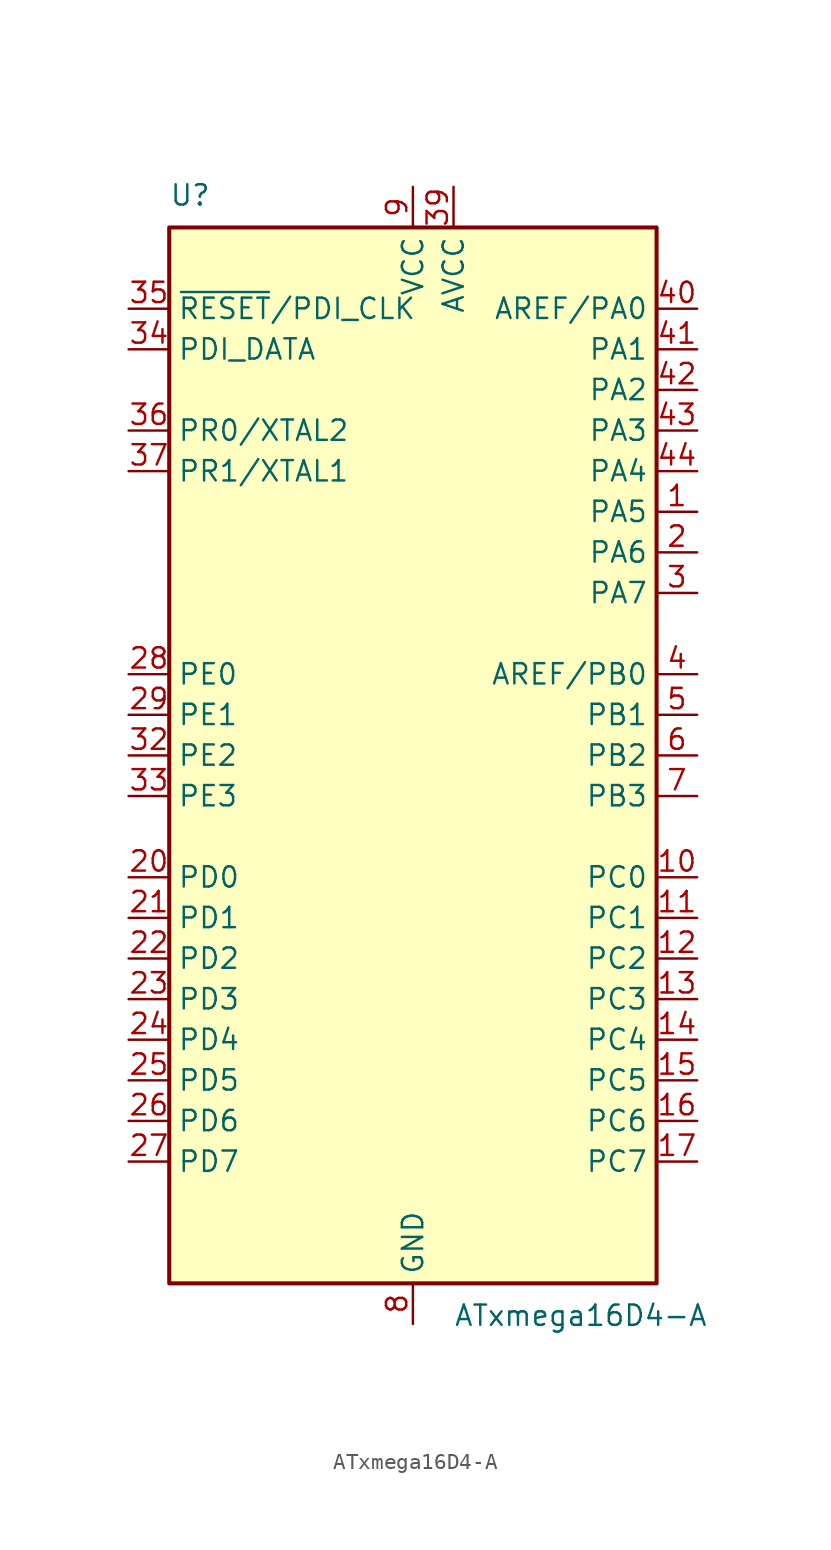
<source format=kicad_sym>
(kicad_symbol_lib
  (version 20241209)
  (generator "kicad_symbol_editor")
  (generator_version "9.0")
  (symbol "ATxmega16D4-A"
    (property "Reference" "U"
      (at -15.24 34.29 0)
      (effects (font (size 1.27 1.27)) (justify left bottom)))
    (property "Value" "ATxmega16D4-A"
      (at 2.54 -34.29 0)
      (effects (font (size 1.27 1.27)) (justify left top)))
    (symbol "ATxmega16D4-A_0_1"
      (rectangle (start -15.24 -33.02) (end 15.24 33.02) (stroke (width 0.254) (type default)) (fill (type background))))
    (symbol "ATxmega16D4-A_1_1"
      (pin input line (at -17.78 27.94 0) (length 2.54) (name "~{RESET}/PDI_CLK" (effects (font (size 1.27 1.27)))) (number "35" (effects (font (size 1.27 1.27)))))
      (pin bidirectional line (at -17.78 25.4 0) (length 2.54) (name "PDI_DATA" (effects (font (size 1.27 1.27)))) (number "34" (effects (font (size 1.27 1.27)))))
      (pin bidirectional line (at -17.78 20.32 0) (length 2.54) (name "PR0/XTAL2" (effects (font (size 1.27 1.27)))) (number "36" (effects (font (size 1.27 1.27)))))
      (pin bidirectional line (at -17.78 17.78 0) (length 2.54) (name "PR1/XTAL1" (effects (font (size 1.27 1.27)))) (number "37" (effects (font (size 1.27 1.27)))))
      (pin bidirectional line (at -17.78 5.08 0) (length 2.54) (name "PE0" (effects (font (size 1.27 1.27)))) (number "28" (effects (font (size 1.27 1.27)))))
      (pin bidirectional line (at -17.78 2.54 0) (length 2.54) (name "PE1" (effects (font (size 1.27 1.27)))) (number "29" (effects (font (size 1.27 1.27)))))
      (pin bidirectional line (at -17.78 0 0) (length 2.54) (name "PE2" (effects (font (size 1.27 1.27)))) (number "32" (effects (font (size 1.27 1.27)))))
      (pin bidirectional line (at -17.78 -2.54 0) (length 2.54) (name "PE3" (effects (font (size 1.27 1.27)))) (number "33" (effects (font (size 1.27 1.27)))))
      (pin bidirectional line (at -17.78 -7.62 0) (length 2.54) (name "PD0" (effects (font (size 1.27 1.27)))) (number "20" (effects (font (size 1.27 1.27)))))
      (pin bidirectional line (at -17.78 -10.16 0) (length 2.54) (name "PD1" (effects (font (size 1.27 1.27)))) (number "21" (effects (font (size 1.27 1.27)))))
      (pin bidirectional line (at -17.78 -12.7 0) (length 2.54) (name "PD2" (effects (font (size 1.27 1.27)))) (number "22" (effects (font (size 1.27 1.27)))))
      (pin bidirectional line (at -17.78 -15.24 0) (length 2.54) (name "PD3" (effects (font (size 1.27 1.27)))) (number "23" (effects (font (size 1.27 1.27)))))
      (pin bidirectional line (at -17.78 -17.78 0) (length 2.54) (name "PD4" (effects (font (size 1.27 1.27)))) (number "24" (effects (font (size 1.27 1.27)))))
      (pin bidirectional line (at -17.78 -20.32 0) (length 2.54) (name "PD5" (effects (font (size 1.27 1.27)))) (number "25" (effects (font (size 1.27 1.27)))))
      (pin bidirectional line (at -17.78 -22.86 0) (length 2.54) (name "PD6" (effects (font (size 1.27 1.27)))) (number "26" (effects (font (size 1.27 1.27)))))
      (pin bidirectional line (at -17.78 -25.4 0) (length 2.54) (name "PD7" (effects (font (size 1.27 1.27)))) (number "27" (effects (font (size 1.27 1.27)))))
      (pin passive line (at 0 35.56 270) (length 2.54) (hide yes) (name "VCC" (effects (font (size 1.27 1.27)))) (number "19" (effects (font (size 1.27 1.27)))))
      (pin passive line (at 0 35.56 270) (length 2.54) (hide yes) (name "VCC" (effects (font (size 1.27 1.27)))) (number "31" (effects (font (size 1.27 1.27)))))
      (pin power_in line (at 0 35.56 270) (length 2.54) (name "VCC" (effects (font (size 1.27 1.27)))) (number "9" (effects (font (size 1.27 1.27)))))
      (pin passive line (at 0 -35.56 90) (length 2.54) (hide yes) (name "GND" (effects (font (size 1.27 1.27)))) (number "18" (effects (font (size 1.27 1.27)))))
      (pin passive line (at 0 -35.56 90) (length 2.54) (hide yes) (name "GND" (effects (font (size 1.27 1.27)))) (number "30" (effects (font (size 1.27 1.27)))))
      (pin passive line (at 0 -35.56 90) (length 2.54) (hide yes) (name "GND" (effects (font (size 1.27 1.27)))) (number "38" (effects (font (size 1.27 1.27)))))
      (pin power_in line (at 0 -35.56 90) (length 2.54) (name "GND" (effects (font (size 1.27 1.27)))) (number "8" (effects (font (size 1.27 1.27)))))
      (pin power_in line (at 2.54 35.56 270) (length 2.54) (name "AVCC" (effects (font (size 1.27 1.27)))) (number "39" (effects (font (size 1.27 1.27)))))
      (pin bidirectional line (at 17.78 27.94 180) (length 2.54) (name "AREF/PA0" (effects (font (size 1.27 1.27)))) (number "40" (effects (font (size 1.27 1.27)))))
      (pin bidirectional line (at 17.78 25.4 180) (length 2.54) (name "PA1" (effects (font (size 1.27 1.27)))) (number "41" (effects (font (size 1.27 1.27)))))
      (pin bidirectional line (at 17.78 22.86 180) (length 2.54) (name "PA2" (effects (font (size 1.27 1.27)))) (number "42" (effects (font (size 1.27 1.27)))))
      (pin bidirectional line (at 17.78 20.32 180) (length 2.54) (name "PA3" (effects (font (size 1.27 1.27)))) (number "43" (effects (font (size 1.27 1.27)))))
      (pin bidirectional line (at 17.78 17.78 180) (length 2.54) (name "PA4" (effects (font (size 1.27 1.27)))) (number "44" (effects (font (size 1.27 1.27)))))
      (pin bidirectional line (at 17.78 15.24 180) (length 2.54) (name "PA5" (effects (font (size 1.27 1.27)))) (number "1" (effects (font (size 1.27 1.27)))))
      (pin bidirectional line (at 17.78 12.7 180) (length 2.54) (name "PA6" (effects (font (size 1.27 1.27)))) (number "2" (effects (font (size 1.27 1.27)))))
      (pin bidirectional line (at 17.78 10.16 180) (length 2.54) (name "PA7" (effects (font (size 1.27 1.27)))) (number "3" (effects (font (size 1.27 1.27)))))
      (pin bidirectional line (at 17.78 5.08 180) (length 2.54) (name "AREF/PB0" (effects (font (size 1.27 1.27)))) (number "4" (effects (font (size 1.27 1.27)))))
      (pin bidirectional line (at 17.78 2.54 180) (length 2.54) (name "PB1" (effects (font (size 1.27 1.27)))) (number "5" (effects (font (size 1.27 1.27)))))
      (pin bidirectional line (at 17.78 0 180) (length 2.54) (name "PB2" (effects (font (size 1.27 1.27)))) (number "6" (effects (font (size 1.27 1.27)))))
      (pin bidirectional line (at 17.78 -2.54 180) (length 2.54) (name "PB3" (effects (font (size 1.27 1.27)))) (number "7" (effects (font (size 1.27 1.27)))))
      (pin bidirectional line (at 17.78 -7.62 180) (length 2.54) (name "PC0" (effects (font (size 1.27 1.27)))) (number "10" (effects (font (size 1.27 1.27)))))
      (pin bidirectional line (at 17.78 -10.16 180) (length 2.54) (name "PC1" (effects (font (size 1.27 1.27)))) (number "11" (effects (font (size 1.27 1.27)))))
      (pin bidirectional line (at 17.78 -12.7 180) (length 2.54) (name "PC2" (effects (font (size 1.27 1.27)))) (number "12" (effects (font (size 1.27 1.27)))))
      (pin bidirectional line (at 17.78 -15.24 180) (length 2.54) (name "PC3" (effects (font (size 1.27 1.27)))) (number "13" (effects (font (size 1.27 1.27)))))
      (pin bidirectional line (at 17.78 -17.78 180) (length 2.54) (name "PC4" (effects (font (size 1.27 1.27)))) (number "14" (effects (font (size 1.27 1.27)))))
      (pin bidirectional line (at 17.78 -20.32 180) (length 2.54) (name "PC5" (effects (font (size 1.27 1.27)))) (number "15" (effects (font (size 1.27 1.27)))))
      (pin bidirectional line (at 17.78 -22.86 180) (length 2.54) (name "PC6" (effects (font (size 1.27 1.27)))) (number "16" (effects (font (size 1.27 1.27)))))
      (pin bidirectional line (at 17.78 -25.4 180) (length 2.54) (name "PC7" (effects (font (size 1.27 1.27)))) (number "17" (effects (font (size 1.27 1.27))))))))
</source>
